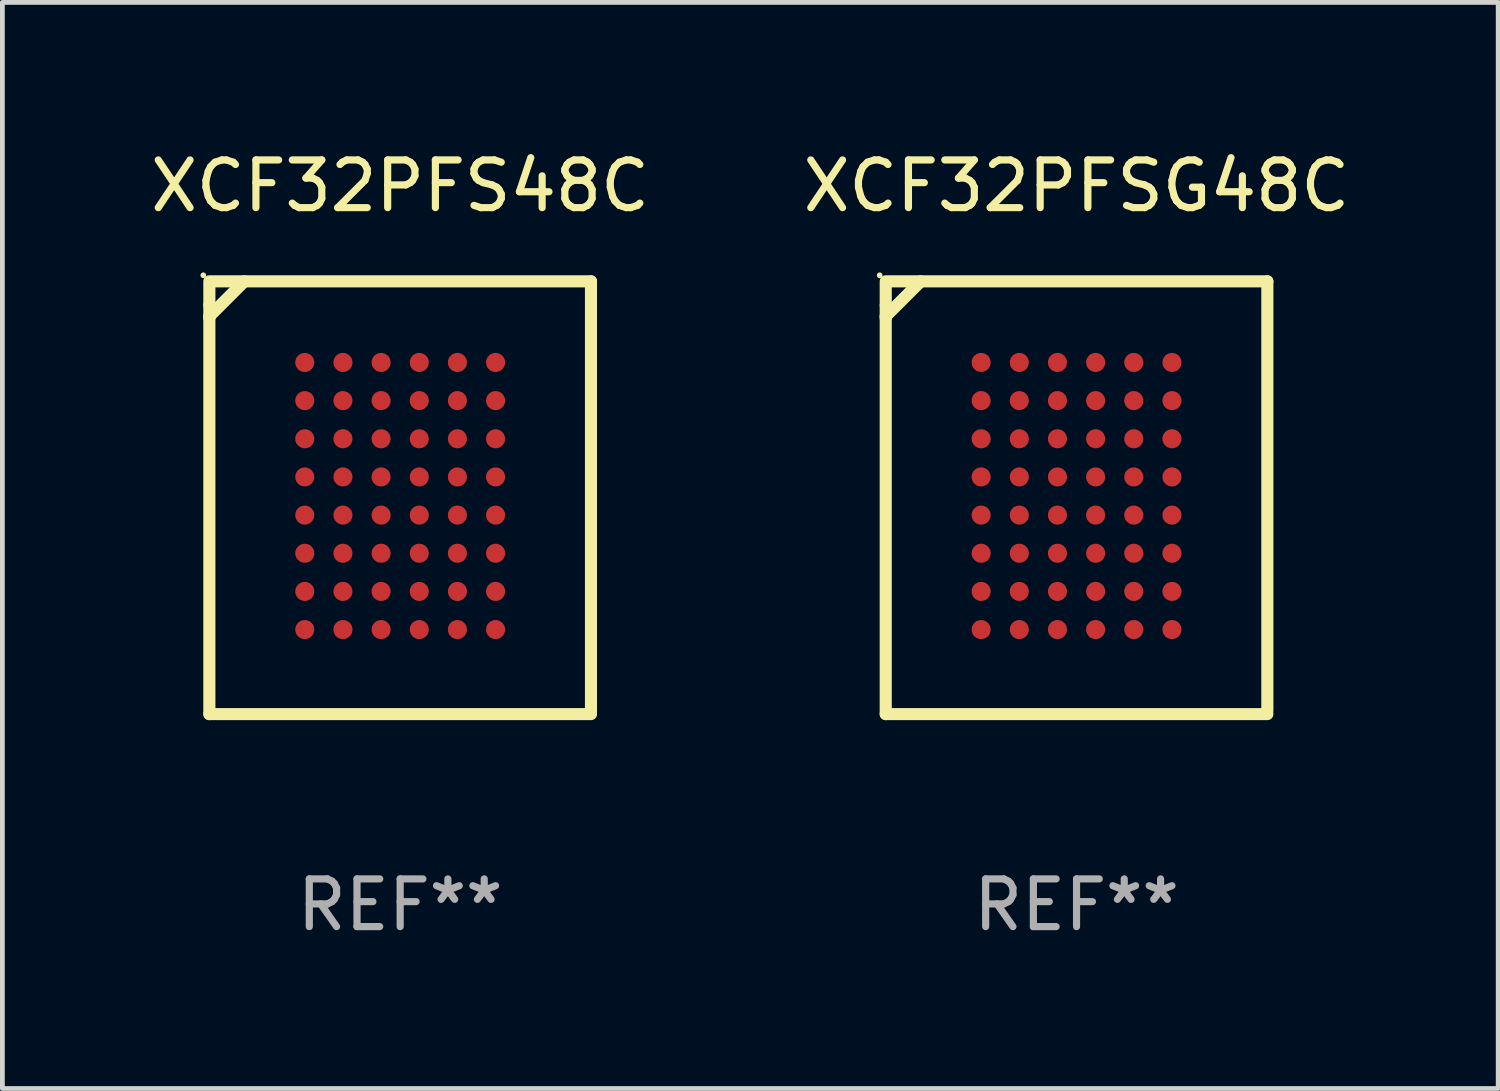
<source format=kicad_pcb>
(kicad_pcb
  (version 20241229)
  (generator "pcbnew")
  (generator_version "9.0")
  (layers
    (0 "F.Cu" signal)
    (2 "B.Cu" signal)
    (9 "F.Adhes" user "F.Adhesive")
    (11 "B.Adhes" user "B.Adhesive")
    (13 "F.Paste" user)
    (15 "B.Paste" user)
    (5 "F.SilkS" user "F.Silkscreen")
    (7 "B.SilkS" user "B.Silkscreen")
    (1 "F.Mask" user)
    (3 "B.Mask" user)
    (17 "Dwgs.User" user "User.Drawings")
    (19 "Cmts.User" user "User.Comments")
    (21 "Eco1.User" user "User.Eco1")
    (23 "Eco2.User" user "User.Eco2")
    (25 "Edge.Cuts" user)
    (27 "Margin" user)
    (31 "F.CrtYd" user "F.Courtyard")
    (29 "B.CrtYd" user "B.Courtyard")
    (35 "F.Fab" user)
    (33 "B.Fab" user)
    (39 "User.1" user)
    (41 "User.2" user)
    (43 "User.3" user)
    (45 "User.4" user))
  (footprint "XCF32PFSG48C"
    (layer "F.Cu")
    (at 19.518 7.384)
    (property "Reference" "XCF32PFSG48C" (at 0 -6.536 0) (layer "F.SilkS") (effects (font (size 1 1) (thickness 0.15))))
    (attr through_hole)
    (fp_line (start -4 -4.036) (end -4 -4.536) (stroke (width 0.254) (type solid)) (layer "F.SilkS"))
    (fp_line (start -4 -4.036) (end -4 4.536) (stroke (width 0.254) (type solid)) (layer "F.SilkS"))
    (fp_line (start -4 -3.803) (end -3.267 -4.536) (stroke (width 0.254) (type solid)) (layer "F.SilkS"))
    (fp_line (start -4 -3.769) (end -4 -3.803) (stroke (width 0.254) (type solid)) (layer "F.SilkS"))
    (fp_line (start -4 4.536) (end 4 4.536) (stroke (width 0.254) (type solid)) (layer "F.SilkS"))
    (fp_line (start 4 -4.536) (end -3.937 -4.536) (stroke (width 0.254) (type solid)) (layer "F.SilkS"))
    (fp_line (start 4 -4.536) (end 4 4.464) (stroke (width 0.254) (type solid)) (layer "F.SilkS"))
    (fp_circle (center -4.127 -4.663) (end -4.097 -4.663) (stroke (width 0.06) (type solid)) (fill no) (layer "F.SilkS"))
    (fp_text user "REF**" (at 0 8.536 0) (layer "F.Fab") (effects (font (size 1 1) (thickness 0.15))))
    (pad "A1" smd circle (at -2 -2.836) (size 0.4 0.4) (layers "F.Cu" "F.Mask" "F.Paste"))
    (pad "A2" smd circle (at -1.2 -2.836) (size 0.4 0.4) (layers "F.Cu" "F.Mask" "F.Paste"))
    (pad "A3" smd circle (at -0.4 -2.836) (size 0.4 0.4) (layers "F.Cu" "F.Mask" "F.Paste"))
    (pad "A4" smd circle (at 0.4 -2.836) (size 0.4 0.4) (layers "F.Cu" "F.Mask" "F.Paste"))
    (pad "A5" smd circle (at 1.2 -2.836) (size 0.4 0.4) (layers "F.Cu" "F.Mask" "F.Paste"))
    (pad "A6" smd circle (at 2 -2.836) (size 0.4 0.4) (layers "F.Cu" "F.Mask" "F.Paste"))
    (pad "B1" smd circle (at -2 -2.036) (size 0.4 0.4) (layers "F.Cu" "F.Mask" "F.Paste"))
    (pad "B2" smd circle (at -1.2 -2.036) (size 0.4 0.4) (layers "F.Cu" "F.Mask" "F.Paste"))
    (pad "B3" smd circle (at -0.4 -2.036) (size 0.4 0.4) (layers "F.Cu" "F.Mask" "F.Paste"))
    (pad "B4" smd circle (at 0.4 -2.036) (size 0.4 0.4) (layers "F.Cu" "F.Mask" "F.Paste"))
    (pad "B5" smd circle (at 1.2 -2.036) (size 0.4 0.4) (layers "F.Cu" "F.Mask" "F.Paste"))
    (pad "B6" smd circle (at 2 -2.036) (size 0.4 0.4) (layers "F.Cu" "F.Mask" "F.Paste"))
    (pad "C1" smd circle (at -2 -1.236) (size 0.4 0.4) (layers "F.Cu" "F.Mask" "F.Paste"))
    (pad "C2" smd circle (at -1.2 -1.236) (size 0.4 0.4) (layers "F.Cu" "F.Mask" "F.Paste"))
    (pad "C3" smd circle (at -0.4 -1.236) (size 0.4 0.4) (layers "F.Cu" "F.Mask" "F.Paste"))
    (pad "C4" smd circle (at 0.4 -1.236) (size 0.4 0.4) (layers "F.Cu" "F.Mask" "F.Paste"))
    (pad "C5" smd circle (at 1.2 -1.236) (size 0.4 0.4) (layers "F.Cu" "F.Mask" "F.Paste"))
    (pad "C6" smd circle (at 2 -1.236) (size 0.4 0.4) (layers "F.Cu" "F.Mask" "F.Paste"))
    (pad "D1" smd circle (at -2 -0.436) (size 0.4 0.4) (layers "F.Cu" "F.Mask" "F.Paste"))
    (pad "D2" smd circle (at -1.2 -0.436) (size 0.4 0.4) (layers "F.Cu" "F.Mask" "F.Paste"))
    (pad "D3" smd circle (at -0.4 -0.436) (size 0.4 0.4) (layers "F.Cu" "F.Mask" "F.Paste"))
    (pad "D4" smd circle (at 0.4 -0.436) (size 0.4 0.4) (layers "F.Cu" "F.Mask" "F.Paste"))
    (pad "D5" smd circle (at 1.2 -0.436) (size 0.4 0.4) (layers "F.Cu" "F.Mask" "F.Paste"))
    (pad "D6" smd circle (at 2 -0.436) (size 0.4 0.4) (layers "F.Cu" "F.Mask" "F.Paste"))
    (pad "E1" smd circle (at -2 0.364) (size 0.4 0.4) (layers "F.Cu" "F.Mask" "F.Paste"))
    (pad "E2" smd circle (at -1.2 0.364) (size 0.4 0.4) (layers "F.Cu" "F.Mask" "F.Paste"))
    (pad "E3" smd circle (at -0.4 0.364) (size 0.4 0.4) (layers "F.Cu" "F.Mask" "F.Paste"))
    (pad "E4" smd circle (at 0.4 0.364) (size 0.4 0.4) (layers "F.Cu" "F.Mask" "F.Paste"))
    (pad "E5" smd circle (at 1.2 0.364) (size 0.4 0.4) (layers "F.Cu" "F.Mask" "F.Paste"))
    (pad "E6" smd circle (at 2 0.364) (size 0.4 0.4) (layers "F.Cu" "F.Mask" "F.Paste"))
    (pad "F1" smd circle (at -2 1.164) (size 0.4 0.4) (layers "F.Cu" "F.Mask" "F.Paste"))
    (pad "F2" smd circle (at -1.2 1.164) (size 0.4 0.4) (layers "F.Cu" "F.Mask" "F.Paste"))
    (pad "F3" smd circle (at -0.4 1.164) (size 0.4 0.4) (layers "F.Cu" "F.Mask" "F.Paste"))
    (pad "F4" smd circle (at 0.4 1.164) (size 0.4 0.4) (layers "F.Cu" "F.Mask" "F.Paste"))
    (pad "F5" smd circle (at 1.2 1.164) (size 0.4 0.4) (layers "F.Cu" "F.Mask" "F.Paste"))
    (pad "F6" smd circle (at 2 1.164) (size 0.4 0.4) (layers "F.Cu" "F.Mask" "F.Paste"))
    (pad "G1" smd circle (at -2 1.964) (size 0.4 0.4) (layers "F.Cu" "F.Mask" "F.Paste"))
    (pad "G2" smd circle (at -1.2 1.964) (size 0.4 0.4) (layers "F.Cu" "F.Mask" "F.Paste"))
    (pad "G3" smd circle (at -0.4 1.964) (size 0.4 0.4) (layers "F.Cu" "F.Mask" "F.Paste"))
    (pad "G4" smd circle (at 0.4 1.964) (size 0.4 0.4) (layers "F.Cu" "F.Mask" "F.Paste"))
    (pad "G5" smd circle (at 1.2 1.964) (size 0.4 0.4) (layers "F.Cu" "F.Mask" "F.Paste"))
    (pad "G6" smd circle (at 2 1.964) (size 0.4 0.4) (layers "F.Cu" "F.Mask" "F.Paste"))
    (pad "H1" smd circle (at -2 2.764) (size 0.4 0.4) (layers "F.Cu" "F.Mask" "F.Paste"))
    (pad "H2" smd circle (at -1.2 2.764) (size 0.4 0.4) (layers "F.Cu" "F.Mask" "F.Paste"))
    (pad "H3" smd circle (at -0.4 2.764) (size 0.4 0.4) (layers "F.Cu" "F.Mask" "F.Paste"))
    (pad "H4" smd circle (at 0.4 2.764) (size 0.4 0.4) (layers "F.Cu" "F.Mask" "F.Paste"))
    (pad "H5" smd circle (at 1.2 2.764) (size 0.4 0.4) (layers "F.Cu" "F.Mask" "F.Paste"))
    (pad "H6" smd circle (at 2 2.764) (size 0.4 0.4) (layers "F.Cu" "F.Mask" "F.Paste")))
  (footprint "XCF32PFS48C"
    (layer "F.Cu")
    (at 5.339 7.384)
    (property "Reference" "XCF32PFS48C" (at 0 -6.536 0) (layer "F.SilkS") (effects (font (size 1 1) (thickness 0.15))))
    (attr through_hole)
    (fp_line (start -4 -4.036) (end -4 -4.536) (stroke (width 0.254) (type solid)) (layer "F.SilkS"))
    (fp_line (start -4 -4.036) (end -4 4.536) (stroke (width 0.254) (type solid)) (layer "F.SilkS"))
    (fp_line (start -4 -3.803) (end -3.267 -4.536) (stroke (width 0.254) (type solid)) (layer "F.SilkS"))
    (fp_line (start -4 -3.769) (end -4 -3.803) (stroke (width 0.254) (type solid)) (layer "F.SilkS"))
    (fp_line (start -4 4.536) (end 4 4.536) (stroke (width 0.254) (type solid)) (layer "F.SilkS"))
    (fp_line (start 4 -4.536) (end -3.937 -4.536) (stroke (width 0.254) (type solid)) (layer "F.SilkS"))
    (fp_line (start 4 -4.536) (end 4 4.464) (stroke (width 0.254) (type solid)) (layer "F.SilkS"))
    (fp_circle (center -4.127 -4.663) (end -4.097 -4.663) (stroke (width 0.06) (type solid)) (fill no) (layer "F.SilkS"))
    (fp_text user "REF**" (at 0 8.536 0) (layer "F.Fab") (effects (font (size 1 1) (thickness 0.15))))
    (pad "A1" smd circle (at -2 -2.836) (size 0.4 0.4) (layers "F.Cu" "F.Mask" "F.Paste"))
    (pad "A2" smd circle (at -1.2 -2.836) (size 0.4 0.4) (layers "F.Cu" "F.Mask" "F.Paste"))
    (pad "A3" smd circle (at -0.4 -2.836) (size 0.4 0.4) (layers "F.Cu" "F.Mask" "F.Paste"))
    (pad "A4" smd circle (at 0.4 -2.836) (size 0.4 0.4) (layers "F.Cu" "F.Mask" "F.Paste"))
    (pad "A5" smd circle (at 1.2 -2.836) (size 0.4 0.4) (layers "F.Cu" "F.Mask" "F.Paste"))
    (pad "A6" smd circle (at 2 -2.836) (size 0.4 0.4) (layers "F.Cu" "F.Mask" "F.Paste"))
    (pad "B1" smd circle (at -2 -2.036) (size 0.4 0.4) (layers "F.Cu" "F.Mask" "F.Paste"))
    (pad "B2" smd circle (at -1.2 -2.036) (size 0.4 0.4) (layers "F.Cu" "F.Mask" "F.Paste"))
    (pad "B3" smd circle (at -0.4 -2.036) (size 0.4 0.4) (layers "F.Cu" "F.Mask" "F.Paste"))
    (pad "B4" smd circle (at 0.4 -2.036) (size 0.4 0.4) (layers "F.Cu" "F.Mask" "F.Paste"))
    (pad "B5" smd circle (at 1.2 -2.036) (size 0.4 0.4) (layers "F.Cu" "F.Mask" "F.Paste"))
    (pad "B6" smd circle (at 2 -2.036) (size 0.4 0.4) (layers "F.Cu" "F.Mask" "F.Paste"))
    (pad "C1" smd circle (at -2 -1.236) (size 0.4 0.4) (layers "F.Cu" "F.Mask" "F.Paste"))
    (pad "C2" smd circle (at -1.2 -1.236) (size 0.4 0.4) (layers "F.Cu" "F.Mask" "F.Paste"))
    (pad "C3" smd circle (at -0.4 -1.236) (size 0.4 0.4) (layers "F.Cu" "F.Mask" "F.Paste"))
    (pad "C4" smd circle (at 0.4 -1.236) (size 0.4 0.4) (layers "F.Cu" "F.Mask" "F.Paste"))
    (pad "C5" smd circle (at 1.2 -1.236) (size 0.4 0.4) (layers "F.Cu" "F.Mask" "F.Paste"))
    (pad "C6" smd circle (at 2 -1.236) (size 0.4 0.4) (layers "F.Cu" "F.Mask" "F.Paste"))
    (pad "D1" smd circle (at -2 -0.436) (size 0.4 0.4) (layers "F.Cu" "F.Mask" "F.Paste"))
    (pad "D2" smd circle (at -1.2 -0.436) (size 0.4 0.4) (layers "F.Cu" "F.Mask" "F.Paste"))
    (pad "D3" smd circle (at -0.4 -0.436) (size 0.4 0.4) (layers "F.Cu" "F.Mask" "F.Paste"))
    (pad "D4" smd circle (at 0.4 -0.436) (size 0.4 0.4) (layers "F.Cu" "F.Mask" "F.Paste"))
    (pad "D5" smd circle (at 1.2 -0.436) (size 0.4 0.4) (layers "F.Cu" "F.Mask" "F.Paste"))
    (pad "D6" smd circle (at 2 -0.436) (size 0.4 0.4) (layers "F.Cu" "F.Mask" "F.Paste"))
    (pad "E1" smd circle (at -2 0.364) (size 0.4 0.4) (layers "F.Cu" "F.Mask" "F.Paste"))
    (pad "E2" smd circle (at -1.2 0.364) (size 0.4 0.4) (layers "F.Cu" "F.Mask" "F.Paste"))
    (pad "E3" smd circle (at -0.4 0.364) (size 0.4 0.4) (layers "F.Cu" "F.Mask" "F.Paste"))
    (pad "E4" smd circle (at 0.4 0.364) (size 0.4 0.4) (layers "F.Cu" "F.Mask" "F.Paste"))
    (pad "E5" smd circle (at 1.2 0.364) (size 0.4 0.4) (layers "F.Cu" "F.Mask" "F.Paste"))
    (pad "E6" smd circle (at 2 0.364) (size 0.4 0.4) (layers "F.Cu" "F.Mask" "F.Paste"))
    (pad "F1" smd circle (at -2 1.164) (size 0.4 0.4) (layers "F.Cu" "F.Mask" "F.Paste"))
    (pad "F2" smd circle (at -1.2 1.164) (size 0.4 0.4) (layers "F.Cu" "F.Mask" "F.Paste"))
    (pad "F3" smd circle (at -0.4 1.164) (size 0.4 0.4) (layers "F.Cu" "F.Mask" "F.Paste"))
    (pad "F4" smd circle (at 0.4 1.164) (size 0.4 0.4) (layers "F.Cu" "F.Mask" "F.Paste"))
    (pad "F5" smd circle (at 1.2 1.164) (size 0.4 0.4) (layers "F.Cu" "F.Mask" "F.Paste"))
    (pad "F6" smd circle (at 2 1.164) (size 0.4 0.4) (layers "F.Cu" "F.Mask" "F.Paste"))
    (pad "G1" smd circle (at -2 1.964) (size 0.4 0.4) (layers "F.Cu" "F.Mask" "F.Paste"))
    (pad "G2" smd circle (at -1.2 1.964) (size 0.4 0.4) (layers "F.Cu" "F.Mask" "F.Paste"))
    (pad "G3" smd circle (at -0.4 1.964) (size 0.4 0.4) (layers "F.Cu" "F.Mask" "F.Paste"))
    (pad "G4" smd circle (at 0.4 1.964) (size 0.4 0.4) (layers "F.Cu" "F.Mask" "F.Paste"))
    (pad "G5" smd circle (at 1.2 1.964) (size 0.4 0.4) (layers "F.Cu" "F.Mask" "F.Paste"))
    (pad "G6" smd circle (at 2 1.964) (size 0.4 0.4) (layers "F.Cu" "F.Mask" "F.Paste"))
    (pad "H1" smd circle (at -2 2.764) (size 0.4 0.4) (layers "F.Cu" "F.Mask" "F.Paste"))
    (pad "H2" smd circle (at -1.2 2.764) (size 0.4 0.4) (layers "F.Cu" "F.Mask" "F.Paste"))
    (pad "H3" smd circle (at -0.4 2.764) (size 0.4 0.4) (layers "F.Cu" "F.Mask" "F.Paste"))
    (pad "H4" smd circle (at 0.4 2.764) (size 0.4 0.4) (layers "F.Cu" "F.Mask" "F.Paste"))
    (pad "H5" smd circle (at 1.2 2.764) (size 0.4 0.4) (layers "F.Cu" "F.Mask" "F.Paste"))
    (pad "H6" smd circle (at 2 2.764) (size 0.4 0.4) (layers "F.Cu" "F.Mask" "F.Paste")))
  (gr_rect
    (start -3 -3)
    (end 28.357 19.769)
    (stroke (width 0.1) (type default))
    (fill no)
    (layer "Edge.Cuts")))
</source>
